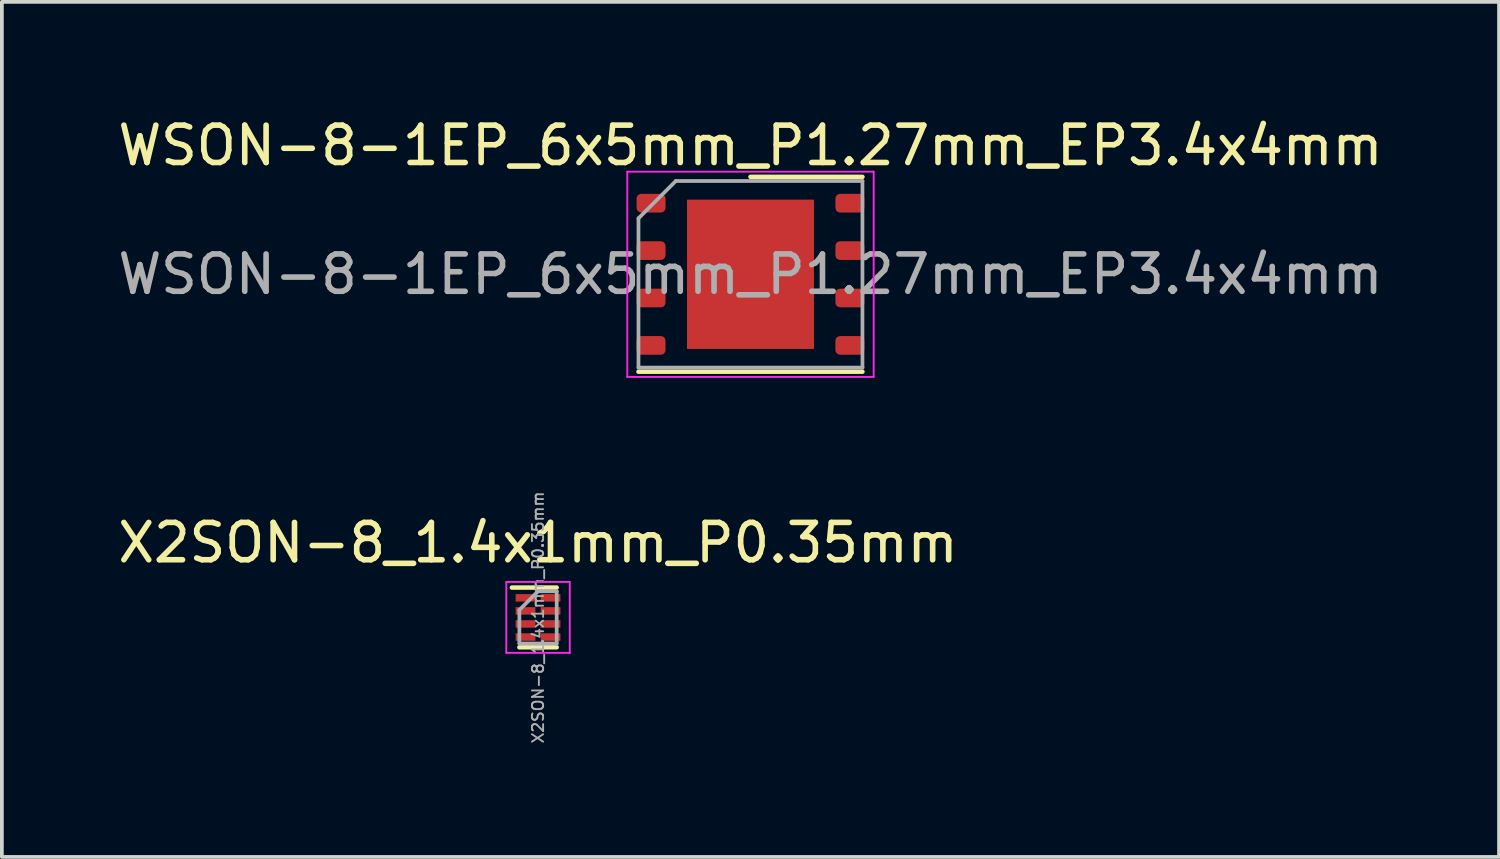
<source format=kicad_pcb>
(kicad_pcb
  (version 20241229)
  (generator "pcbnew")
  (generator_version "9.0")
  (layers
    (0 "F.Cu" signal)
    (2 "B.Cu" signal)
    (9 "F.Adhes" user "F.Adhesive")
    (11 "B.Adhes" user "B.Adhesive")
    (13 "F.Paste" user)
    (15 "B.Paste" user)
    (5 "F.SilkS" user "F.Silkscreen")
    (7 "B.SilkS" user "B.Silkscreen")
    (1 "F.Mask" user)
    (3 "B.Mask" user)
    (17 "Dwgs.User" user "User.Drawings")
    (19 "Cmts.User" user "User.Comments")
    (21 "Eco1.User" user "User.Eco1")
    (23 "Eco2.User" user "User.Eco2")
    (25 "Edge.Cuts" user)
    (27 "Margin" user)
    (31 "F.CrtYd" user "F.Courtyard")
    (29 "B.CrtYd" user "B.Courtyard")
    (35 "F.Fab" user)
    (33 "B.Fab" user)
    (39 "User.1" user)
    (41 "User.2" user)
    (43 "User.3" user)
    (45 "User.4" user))
  (footprint "X2SON-8_1.4x1mm_P0.35mm"
    (layer "F.Cu")
    (at 11.363 13.49)
    (property "Reference" "X2SON-8_1.4x1mm_P0.35mm" (at 0 -2 0) (layer "F.SilkS") (effects (font (size 1 1) (thickness 0.15))))
    (attr smd)
    (fp_line (start 0.5 -0.8) (end -0.7 -0.8) (stroke (width 0.12) (type solid)) (layer "F.SilkS"))
    (fp_line (start 0.5 0.8) (end -0.5 0.8) (stroke (width 0.12) (type solid)) (layer "F.SilkS"))
    (fp_line (start -0.85 -0.95) (end 0.85 -0.95) (stroke (width 0.05) (type solid)) (layer "F.CrtYd"))
    (fp_line (start -0.85 0.95) (end -0.85 -0.95) (stroke (width 0.05) (type solid)) (layer "F.CrtYd"))
    (fp_line (start 0.85 -0.95) (end 0.85 0.95) (stroke (width 0.05) (type solid)) (layer "F.CrtYd"))
    (fp_line (start 0.85 0.95) (end -0.85 0.95) (stroke (width 0.05) (type solid)) (layer "F.CrtYd"))
    (fp_line (start -0.5 0.7) (end -0.5 -0.2) (stroke (width 0.1) (type solid)) (layer "F.Fab"))
    (fp_line (start 0 -0.7) (end -0.5 -0.2) (stroke (width 0.1) (type solid)) (layer "F.Fab"))
    (fp_line (start 0 -0.7) (end 0.5 -0.7) (stroke (width 0.1) (type solid)) (layer "F.Fab"))
    (fp_line (start 0.5 -0.7) (end 0.5 0.7) (stroke (width 0.1) (type solid)) (layer "F.Fab"))
    (fp_line (start 0.5 0.7) (end -0.5 0.7) (stroke (width 0.1) (type solid)) (layer "F.Fab"))
    (fp_text user "${REFERENCE}" (at 0 0 90) (layer "F.Fab") (effects (font (size 0.3 0.3) (thickness 0.05))))
    (pad "1" smd rect (at -0.335 -0.525 270) (size 0.2 0.53) (layers "F.Cu" "F.Mask" "F.Paste"))
    (pad "2" smd rect (at -0.335 -0.175 270) (size 0.2 0.53) (layers "F.Cu" "F.Mask" "F.Paste"))
    (pad "3" smd rect (at -0.335 0.175 270) (size 0.2 0.53) (layers "F.Cu" "F.Mask" "F.Paste"))
    (pad "4" smd rect (at -0.335 0.525 270) (size 0.2 0.53) (layers "F.Cu" "F.Mask" "F.Paste"))
    (pad "5" smd rect (at 0.335 0.525 270) (size 0.2 0.53) (layers "F.Cu" "F.Mask" "F.Paste"))
    (pad "6" smd rect (at 0.335 0.175 270) (size 0.2 0.53) (layers "F.Cu" "F.Mask" "F.Paste"))
    (pad "7" smd rect (at 0.335 -0.175 270) (size 0.2 0.53) (layers "F.Cu" "F.Mask" "F.Paste"))
    (pad "8" smd rect (at 0.335 -0.525 270) (size 0.2 0.53) (layers "F.Cu" "F.Mask" "F.Paste")))
  (footprint "WSON-8-1EP_6x5mm_P1.27mm_EP3.4x4mm"
    (layer "F.Cu")
    (at 17.054 4.298)
    (property "Reference" "WSON-8-1EP_6x5mm_P1.27mm_EP3.4x4mm" (at 0 -3.45 0) (layer "F.SilkS") (effects (font (size 1 1) (thickness 0.15))))
    (attr smd)
    (fp_line (start -3 2.61) (end 3 2.61) (stroke (width 0.12) (type solid)) (layer "F.SilkS"))
    (fp_line (start 0 -2.61) (end 3 -2.61) (stroke (width 0.12) (type solid)) (layer "F.SilkS"))
    (fp_line (start -3.3 -2.75) (end -3.3 2.75) (stroke (width 0.05) (type solid)) (layer "F.CrtYd"))
    (fp_line (start -3.3 2.75) (end 3.3 2.75) (stroke (width 0.05) (type solid)) (layer "F.CrtYd"))
    (fp_line (start 3.3 -2.75) (end -3.3 -2.75) (stroke (width 0.05) (type solid)) (layer "F.CrtYd"))
    (fp_line (start 3.3 2.75) (end 3.3 -2.75) (stroke (width 0.05) (type solid)) (layer "F.CrtYd"))
    (fp_line (start -3 -1.5) (end -2 -2.5) (stroke (width 0.1) (type solid)) (layer "F.Fab"))
    (fp_line (start -3 2.5) (end -3 -1.5) (stroke (width 0.1) (type solid)) (layer "F.Fab"))
    (fp_line (start -2 -2.5) (end 3 -2.5) (stroke (width 0.1) (type solid)) (layer "F.Fab"))
    (fp_line (start 3 -2.5) (end 3 2.5) (stroke (width 0.1) (type solid)) (layer "F.Fab"))
    (fp_line (start 3 2.5) (end -3 2.5) (stroke (width 0.1) (type solid)) (layer "F.Fab"))
    (fp_text user "${REFERENCE}" (at 0 0 0) (layer "F.Fab") (effects (font (size 1 1) (thickness 0.15))))
    (pad "" smd roundrect (at -0.85 -1) (size 1.37 1.61) (layers "F.Paste") (roundrect_rratio 0.182))
    (pad "" smd roundrect (at -0.85 1) (size 1.37 1.61) (layers "F.Paste") (roundrect_rratio 0.182))
    (pad "" smd roundrect (at 0.85 -1) (size 1.37 1.61) (layers "F.Paste") (roundrect_rratio 0.182))
    (pad "" smd roundrect (at 0.85 1) (size 1.37 1.61) (layers "F.Paste") (roundrect_rratio 0.182))
    (pad "1" smd roundrect (at -2.663 -1.905) (size 0.775 0.5) (layers "F.Cu" "F.Mask" "F.Paste") (roundrect_rratio 0.25))
    (pad "2" smd roundrect (at -2.663 -0.635) (size 0.775 0.5) (layers "F.Cu" "F.Mask" "F.Paste") (roundrect_rratio 0.25))
    (pad "3" smd roundrect (at -2.663 0.635) (size 0.775 0.5) (layers "F.Cu" "F.Mask" "F.Paste") (roundrect_rratio 0.25))
    (pad "4" smd roundrect (at -2.663 1.905) (size 0.775 0.5) (layers "F.Cu" "F.Mask" "F.Paste") (roundrect_rratio 0.25))
    (pad "5" smd roundrect (at 2.663 1.905) (size 0.775 0.5) (layers "F.Cu" "F.Mask" "F.Paste") (roundrect_rratio 0.25))
    (pad "6" smd roundrect (at 2.663 0.635) (size 0.775 0.5) (layers "F.Cu" "F.Mask" "F.Paste") (roundrect_rratio 0.25))
    (pad "7" smd roundrect (at 2.663 -0.635) (size 0.775 0.5) (layers "F.Cu" "F.Mask" "F.Paste") (roundrect_rratio 0.25))
    (pad "8" smd roundrect (at 2.663 -1.905) (size 0.775 0.5) (layers "F.Cu" "F.Mask" "F.Paste") (roundrect_rratio 0.25))
    (pad "9" smd rect (at 0 0) (size 3.4 4) (layers "F.Cu" "F.Mask")))
  (gr_rect
    (start -3 -3)
    (end 37.107 19.906)
    (stroke (width 0.1) (type default))
    (fill no)
    (layer "Edge.Cuts")))
</source>
